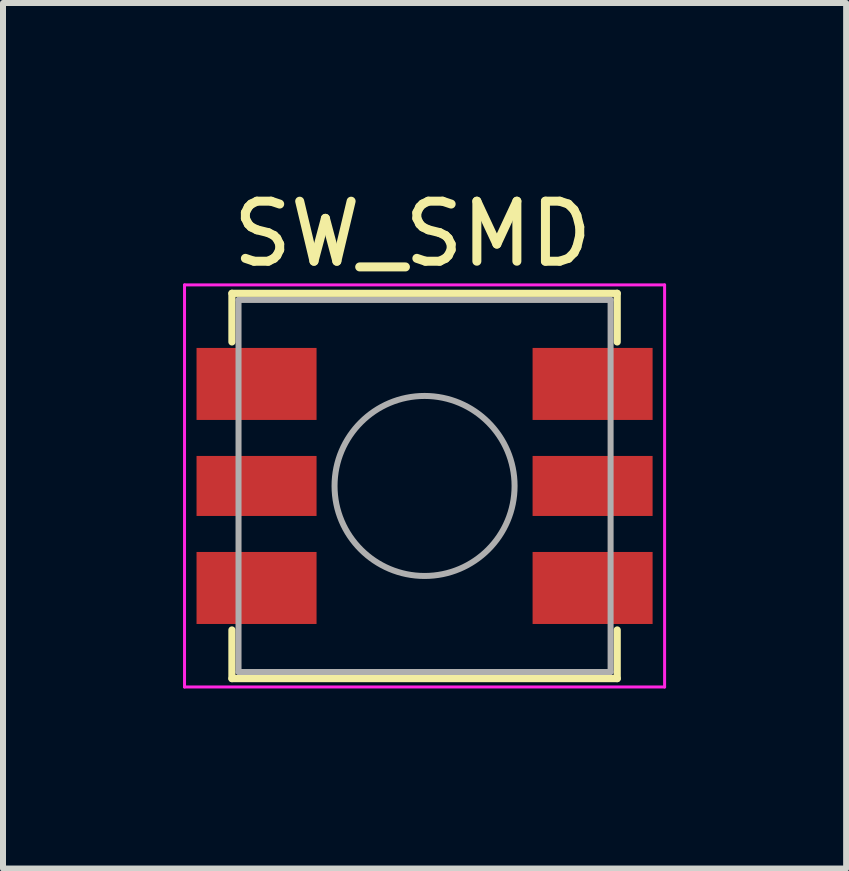
<source format=kicad_pcb>
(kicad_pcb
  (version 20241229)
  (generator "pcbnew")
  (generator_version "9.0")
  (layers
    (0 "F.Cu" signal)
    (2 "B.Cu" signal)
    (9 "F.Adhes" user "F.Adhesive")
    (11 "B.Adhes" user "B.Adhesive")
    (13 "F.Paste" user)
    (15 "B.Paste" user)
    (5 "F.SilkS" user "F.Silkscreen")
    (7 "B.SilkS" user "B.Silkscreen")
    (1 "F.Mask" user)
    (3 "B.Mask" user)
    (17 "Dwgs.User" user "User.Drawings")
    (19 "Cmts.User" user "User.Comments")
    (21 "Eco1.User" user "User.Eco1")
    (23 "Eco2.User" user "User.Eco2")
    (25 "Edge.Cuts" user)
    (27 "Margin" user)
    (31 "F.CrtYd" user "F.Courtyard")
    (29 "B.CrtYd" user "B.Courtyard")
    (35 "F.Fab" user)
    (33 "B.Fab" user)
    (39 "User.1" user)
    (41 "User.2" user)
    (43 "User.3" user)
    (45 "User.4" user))
  (footprint "SW_SMD"
    (layer "F.Cu")
    (at 4.025 5.048)
    (property "Reference" "SW_SMD" (at -0.2 -4.2 0) (layer "F.SilkS") (effects (font (size 1 1) (thickness 0.15))))
    (attr through_hole)
    (fp_line (start -3.21 -3.21) (end -3.21 -2.4) (stroke (width 0.12) (type solid)) (layer "F.SilkS"))
    (fp_line (start -3.21 2.4) (end -3.21 3.21) (stroke (width 0.12) (type solid)) (layer "F.SilkS"))
    (fp_line (start -3.21 3.21) (end 3.21 3.21) (stroke (width 0.12) (type solid)) (layer "F.SilkS"))
    (fp_line (start 3.21 -3.21) (end -3.21 -3.21) (stroke (width 0.12) (type solid)) (layer "F.SilkS"))
    (fp_line (start 3.21 -2.4) (end 3.21 -3.21) (stroke (width 0.12) (type solid)) (layer "F.SilkS"))
    (fp_line (start 3.21 3.21) (end 3.21 2.4) (stroke (width 0.12) (type solid)) (layer "F.SilkS"))
    (fp_line (start -4 -3.35) (end 4 -3.35) (stroke (width 0.05) (type solid)) (layer "F.CrtYd"))
    (fp_line (start -4 3.35) (end -4 -3.35) (stroke (width 0.05) (type solid)) (layer "F.CrtYd"))
    (fp_line (start -4 3.35) (end 4 3.35) (stroke (width 0.05) (type solid)) (layer "F.CrtYd"))
    (fp_line (start 4 -3.35) (end 4 3.35) (stroke (width 0.05) (type solid)) (layer "F.CrtYd"))
    (fp_line (start -3.1 -3.1) (end 3.1 -3.1) (stroke (width 0.1) (type solid)) (layer "F.Fab"))
    (fp_line (start -3.1 3.1) (end -3.1 -3.1) (stroke (width 0.1) (type solid)) (layer "F.Fab"))
    (fp_line (start 3.1 -3.1) (end 3.1 3.1) (stroke (width 0.1) (type solid)) (layer "F.Fab"))
    (fp_line (start 3.1 3.1) (end -3.1 3.1) (stroke (width 0.1) (type solid)) (layer "F.Fab"))
    (fp_circle (center 0 0) (end 1.5 0) (stroke (width 0.1) (type solid)) (fill no) (layer "F.Fab"))
    (pad "1" smd rect (at -2.8 0) (size 2 1) (layers "F.Cu" "F.Mask" "F.Paste"))
    (pad "1" smd rect (at -2.8 1.7) (size 2 1.2) (layers "F.Cu" "F.Mask" "F.Paste"))
    (pad "1" smd rect (at 2.8 1.7) (size 2 1.2) (layers "F.Cu" "F.Mask" "F.Paste"))
    (pad "2" smd rect (at -2.8 -1.7) (size 2 1.2) (layers "F.Cu" "F.Mask" "F.Paste"))
    (pad "2" smd rect (at 2.8 -1.7) (size 2 1.2) (layers "F.Cu" "F.Mask" "F.Paste"))
    (pad "2" smd rect (at 2.8 0) (size 2 1) (layers "F.Cu" "F.Mask" "F.Paste")))
  (gr_rect
    (start -3 -3)
    (end 11.05 11.423)
    (stroke (width 0.1) (type default))
    (fill no)
    (layer "Edge.Cuts")))
</source>
